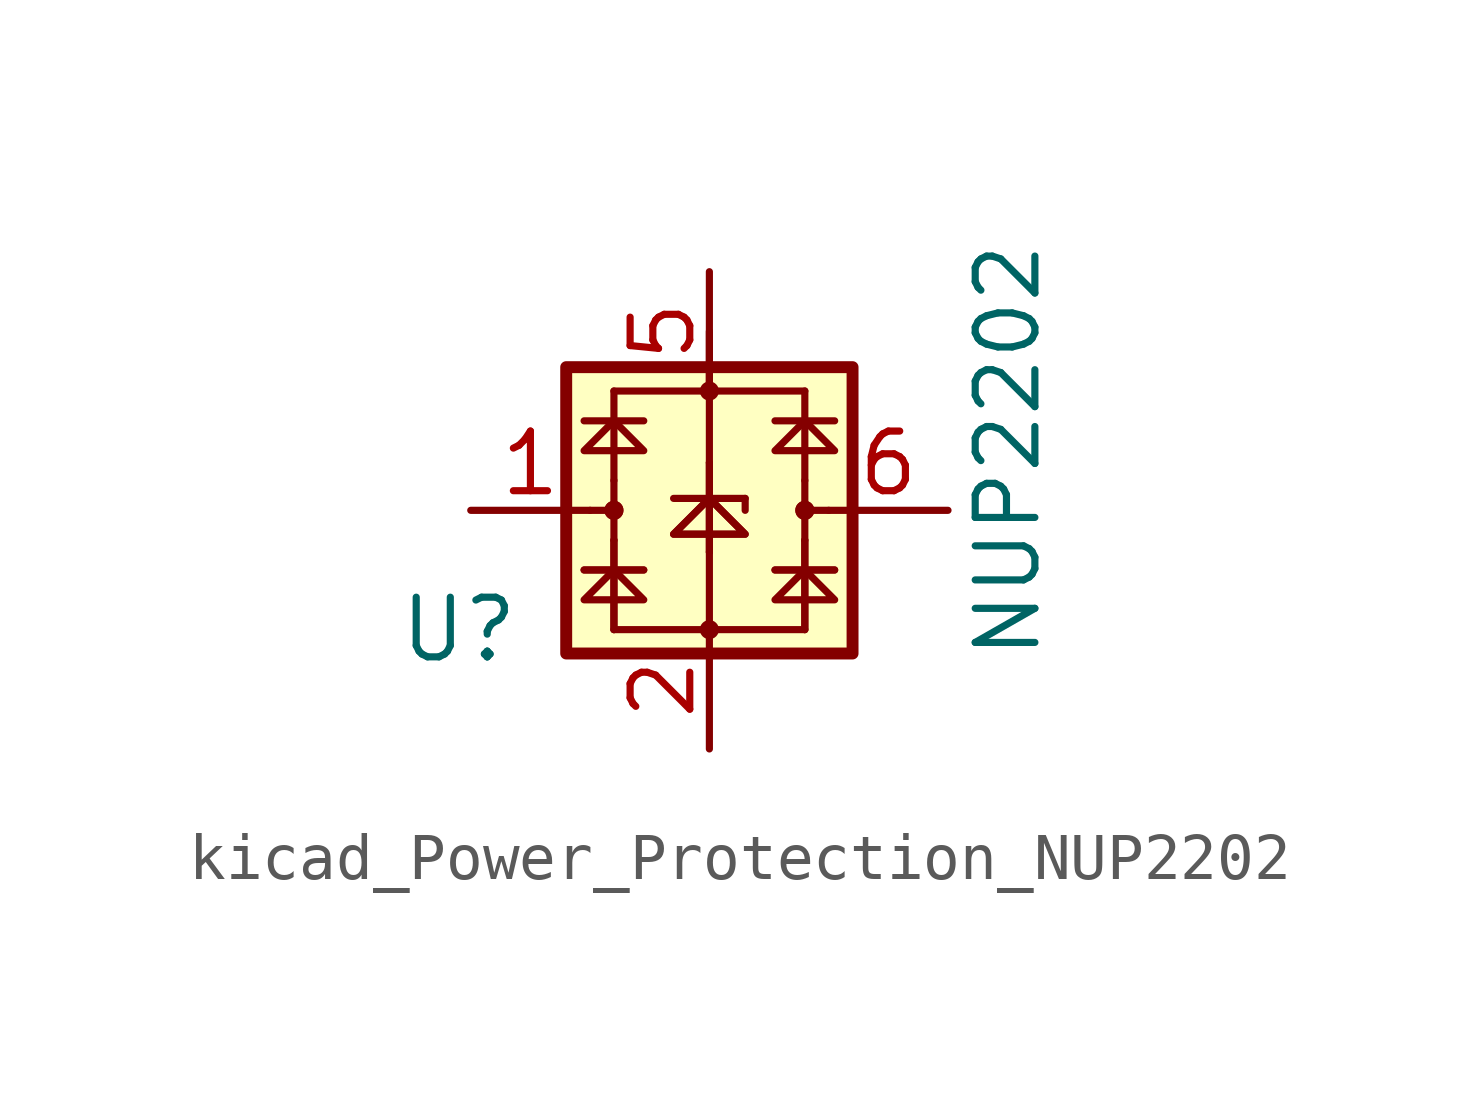
<source format=kicad_sym>
(kicad_symbol_lib
  (version 20220914)
  (generator kicad_symbol_editor)
  (symbol "kicad_Power_Protection_NUP2202"
    (property "Reference" "U"
      (at -5.334 -2.54 0)
      (effects (font (size 1.27 1.27))))
    (property "Value" "NUP2202"
      (at 6.35 1.27 90)
      (effects (font (size 1.27 1.27))))
    (symbol "kicad_Power_Protection_NUP2202_0_1"
      (rectangle (start -3.048 3.048) (end 3.048 -3.048) (stroke (width 0.254) (type default)) (fill (type background)))
      (circle (center -2.032 0) (radius 0.127) (stroke (width 0) (type default)) (fill (type none)))
      (circle (center -2.032 0) (radius 0.127) (stroke (width 0) (type default)) (fill (type none)))
      (circle (center 0 -2.54) (radius 0.127) (stroke (width 0) (type default)) (fill (type none)))
      (polyline (pts (xy -2.667 -1.27) (xy -1.397 -1.27)) (stroke (width 0) (type default)) (fill (type none)))
      (polyline (pts (xy -2.667 -1.27) (xy -1.397 -1.27)) (stroke (width 0) (type default)) (fill (type none)))
      (polyline (pts (xy -2.667 1.905) (xy -1.397 1.905)) (stroke (width 0) (type default)) (fill (type none)))
      (polyline (pts (xy -2.54 0) (xy -2.032 0)) (stroke (width 0) (type default)) (fill (type none)))
      (polyline (pts (xy -2.032 -2.54) (xy -2.032 -0.635)) (stroke (width 0) (type default)) (fill (type none)))
      (polyline (pts (xy -2.032 -2.54) (xy -2.032 -0.635)) (stroke (width 0) (type default)) (fill (type none)))
      (polyline (pts (xy -2.032 0.635) (xy -2.032 -0.635)) (stroke (width 0) (type default)) (fill (type none)))
      (polyline (pts (xy -2.032 0.635) (xy -2.032 2.54)) (stroke (width 0) (type default)) (fill (type none)))
      (polyline (pts (xy -2.032 2.54) (xy 2.032 2.54)) (stroke (width 0) (type default)) (fill (type none)))
      (polyline (pts (xy -0.762 0.254) (xy 0.762 0.254)) (stroke (width 0) (type default)) (fill (type none)))
      (polyline (pts (xy 0 -0.889) (xy 0 -2.54)) (stroke (width 0) (type default)) (fill (type none)))
      (polyline (pts (xy 0 -0.889) (xy 0 1.016)) (stroke (width 0) (type default)) (fill (type none)))
      (polyline (pts (xy 0 -0.889) (xy 0 1.016)) (stroke (width 0) (type default)) (fill (type none)))
      (polyline (pts (xy 0 1.016) (xy 0 3.81)) (stroke (width 0) (type default)) (fill (type none)))
      (polyline (pts (xy 0.762 0) (xy 0.762 0.254)) (stroke (width 0) (type default)) (fill (type none)))
      (polyline (pts (xy 1.397 -1.27) (xy 2.667 -1.27)) (stroke (width 0) (type default)) (fill (type none)))
      (polyline (pts (xy 1.397 -1.27) (xy 2.667 -1.27)) (stroke (width 0) (type default)) (fill (type none)))
      (polyline (pts (xy 1.397 1.905) (xy 2.667 1.905)) (stroke (width 0) (type default)) (fill (type none)))
      (polyline (pts (xy 2.032 -2.54) (xy -2.032 -2.54)) (stroke (width 0) (type default)) (fill (type none)))
      (polyline (pts (xy 2.032 -2.54) (xy 2.032 -0.635)) (stroke (width 0) (type default)) (fill (type none)))
      (polyline (pts (xy 2.032 -2.54) (xy 2.032 -0.635)) (stroke (width 0) (type default)) (fill (type none)))
      (polyline (pts (xy 2.032 0) (xy 2.54 0)) (stroke (width 0) (type default)) (fill (type none)))
      (polyline (pts (xy 2.032 0.635) (xy 2.032 -0.635)) (stroke (width 0) (type default)) (fill (type none)))
      (polyline (pts (xy 2.032 0.635) (xy 2.032 2.54)) (stroke (width 0) (type default)) (fill (type none)))
      (polyline (pts (xy -2.667 -1.905) (xy -1.397 -1.905) (xy -2.032 -1.27) (xy -2.667 -1.905)) (stroke (width 0) (type default)) (fill (type none)))
      (polyline (pts (xy -2.667 1.27) (xy -1.397 1.27) (xy -2.032 1.905) (xy -2.667 1.27)) (stroke (width 0) (type default)) (fill (type none)))
      (polyline (pts (xy -0.762 -0.508) (xy 0.762 -0.508) (xy 0 0.254) (xy -0.762 -0.508)) (stroke (width 0) (type default)) (fill (type none)))
      (polyline (pts (xy -0.762 -0.508) (xy 0.762 -0.508) (xy 0 0.254) (xy -0.762 -0.508)) (stroke (width 0) (type default)) (fill (type none)))
      (polyline (pts (xy 1.397 -1.905) (xy 2.667 -1.905) (xy 2.032 -1.27) (xy 1.397 -1.905)) (stroke (width 0) (type default)) (fill (type none)))
      (polyline (pts (xy 1.397 1.27) (xy 2.667 1.27) (xy 2.032 1.905) (xy 1.397 1.27)) (stroke (width 0) (type default)) (fill (type none)))
      (circle (center 0 2.54) (radius 0.127) (stroke (width 0) (type default)) (fill (type none)))
      (circle (center 2.032 0) (radius 0.127) (stroke (width 0) (type default)) (fill (type none)))
      (circle (center 2.032 0) (radius 0.127) (stroke (width 0) (type default)) (fill (type none))))
    (symbol "kicad_Power_Protection_NUP2202_1_1"
      (pin passive line (at -5.08 0 0) (length 2.54) (name "~" (effects (font (size 1.27 1.27)))) (number "1" (effects (font (size 1.27 1.27)))))
      (pin passive line (at 0 -5.08 90) (length 2.54) (name "~" (effects (font (size 1.27 1.27)))) (number "2" (effects (font (size 1.27 1.27)))))
      (pin no_connect line (at 0 -2.54 90) (length 2.54) hide (name "~" (effects (font (size 1.27 1.27)))) (number "3" (effects (font (size 1.27 1.27)))))
      (pin no_connect line (at 0 2.54 270) (length 2.54) hide (name "~" (effects (font (size 1.27 1.27)))) (number "4" (effects (font (size 1.27 1.27)))))
      (pin passive line (at 0 5.08 270) (length 2.54) (name "~" (effects (font (size 1.27 1.27)))) (number "5" (effects (font (size 1.27 1.27)))))
      (pin passive line (at 5.08 0 180) (length 2.54) (name "~" (effects (font (size 1.27 1.27)))) (number "6" (effects (font (size 1.27 1.27))))))))
</source>
